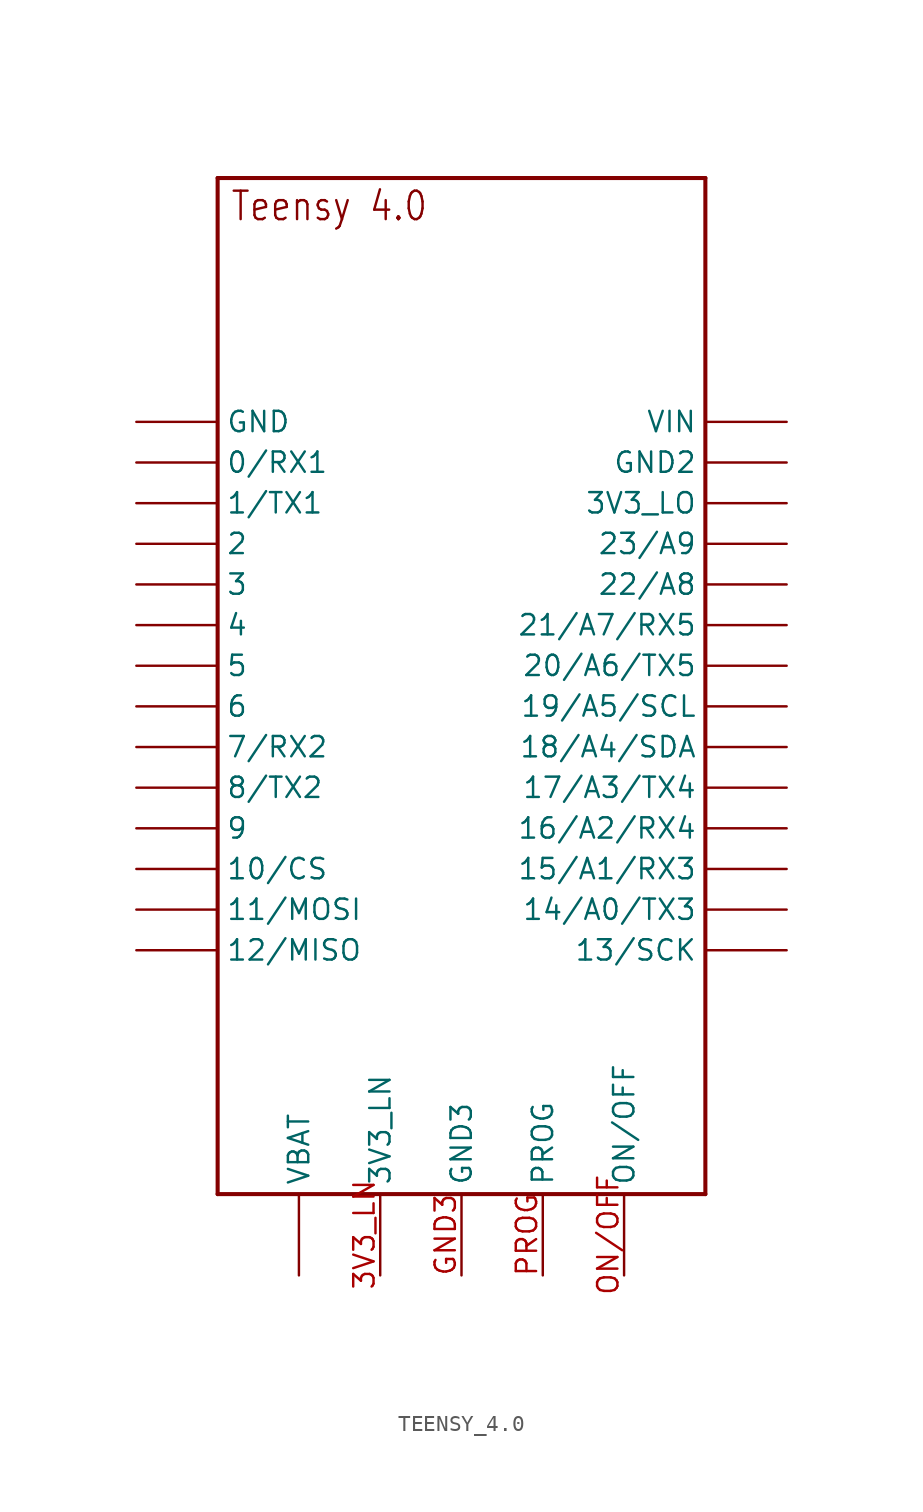
<source format=kicad_sym>
(kicad_symbol_lib
  (version 20220914)
  (generator kicad_symbol_editor)
  (symbol "TEENSY_4.0"
    (property "Reference" ""
      (at 0 0 0)
      (effects (font (size 1.27 1.27)) hide))
    (property "ki_locked" ""
      (at 0 0 0)
      (effects (font (size 1.27 1.27))))
    (symbol "TEENSY_4.0_1_0"
      (polyline (pts (xy -15.24 -35.56) (xy 15.24 -35.56)) (stroke (width 0.254) (type solid)) (fill (type none)))
      (polyline (pts (xy -15.24 27.94) (xy -15.24 -35.56)) (stroke (width 0.254) (type solid)) (fill (type none)))
      (polyline (pts (xy -15.24 27.94) (xy 15.24 27.94)) (stroke (width 0.254) (type solid)) (fill (type none)))
      (polyline (pts (xy 15.24 27.94) (xy 15.24 -35.56)) (stroke (width 0.254) (type solid)) (fill (type none)))
      (text "Teensy 4.0" (at -14.478 25.146 0) (effects (font (size 1.778 1.511)) (justify left bottom)))
      (pin bidirectional line (at -20.32 10.16 0) (length 5.08) (name "0/RX1" (effects (font (size 1.27 1.27)))) (number "0/RX" (effects (font (size 0 0)))))
      (pin bidirectional line (at -20.32 7.62 0) (length 5.08) (name "1/TX1" (effects (font (size 1.27 1.27)))) (number "1/TX" (effects (font (size 0 0)))))
      (pin bidirectional line (at -20.32 -15.24 0) (length 5.08) (name "10/CS" (effects (font (size 1.27 1.27)))) (number "10/CS" (effects (font (size 0 0)))))
      (pin bidirectional line (at -20.32 -17.78 0) (length 5.08) (name "11/MOSI" (effects (font (size 1.27 1.27)))) (number "11/MOSI" (effects (font (size 0 0)))))
      (pin bidirectional line (at -20.32 -20.32 0) (length 5.08) (name "12/MISO" (effects (font (size 1.27 1.27)))) (number "12/MISO" (effects (font (size 0 0)))))
      (pin bidirectional line (at 20.32 -20.32 180) (length 5.08) (name "13/SCK" (effects (font (size 1.27 1.27)))) (number "13/SCK" (effects (font (size 0 0)))))
      (pin bidirectional line (at 20.32 -17.78 180) (length 5.08) (name "14/A0/TX3" (effects (font (size 1.27 1.27)))) (number "14/A0" (effects (font (size 0 0)))))
      (pin bidirectional line (at 20.32 -15.24 180) (length 5.08) (name "15/A1/RX3" (effects (font (size 1.27 1.27)))) (number "15/A1" (effects (font (size 0 0)))))
      (pin bidirectional line (at 20.32 -12.7 180) (length 5.08) (name "16/A2/RX4" (effects (font (size 1.27 1.27)))) (number "16/A2" (effects (font (size 0 0)))))
      (pin bidirectional line (at 20.32 -10.16 180) (length 5.08) (name "17/A3/TX4" (effects (font (size 1.27 1.27)))) (number "17/A3" (effects (font (size 0 0)))))
      (pin bidirectional line (at 20.32 -7.62 180) (length 5.08) (name "18/A4/SDA" (effects (font (size 1.27 1.27)))) (number "18/A4/SDA" (effects (font (size 0 0)))))
      (pin bidirectional line (at 20.32 -5.08 180) (length 5.08) (name "19/A5/SCL" (effects (font (size 1.27 1.27)))) (number "19/A5/SCL" (effects (font (size 0 0)))))
      (pin bidirectional line (at -20.32 5.08 0) (length 5.08) (name "2" (effects (font (size 1.27 1.27)))) (number "2" (effects (font (size 0 0)))))
      (pin bidirectional line (at 20.32 -2.54 180) (length 5.08) (name "20/A6/TX5" (effects (font (size 1.27 1.27)))) (number "20/A6" (effects (font (size 0 0)))))
      (pin bidirectional line (at 20.32 0 180) (length 5.08) (name "21/A7/RX5" (effects (font (size 1.27 1.27)))) (number "21/A7" (effects (font (size 0 0)))))
      (pin bidirectional line (at 20.32 2.54 180) (length 5.08) (name "22/A8" (effects (font (size 1.27 1.27)))) (number "22/A8" (effects (font (size 0 0)))))
      (pin bidirectional line (at 20.32 5.08 180) (length 5.08) (name "23/A9" (effects (font (size 1.27 1.27)))) (number "23/A9" (effects (font (size 0 0)))))
      (pin bidirectional line (at -20.32 2.54 0) (length 5.08) (name "3" (effects (font (size 1.27 1.27)))) (number "3/CANTX" (effects (font (size 0 0)))))
      (pin bidirectional line (at -5.08 -40.64 90) (length 5.08) (name "3V3_LN" (effects (font (size 1.27 1.27)))) (number "3V3_LN" (effects (font (size 1.27 1.27)))))
      (pin bidirectional line (at 20.32 7.62 180) (length 5.08) (name "3V3_LO" (effects (font (size 1.27 1.27)))) (number "3V3_LO" (effects (font (size 0 0)))))
      (pin bidirectional line (at -20.32 0 0) (length 5.08) (name "4" (effects (font (size 1.27 1.27)))) (number "4/CANRX" (effects (font (size 0 0)))))
      (pin bidirectional line (at -20.32 -2.54 0) (length 5.08) (name "5" (effects (font (size 1.27 1.27)))) (number "5" (effects (font (size 0 0)))))
      (pin bidirectional line (at -20.32 -5.08 0) (length 5.08) (name "6" (effects (font (size 1.27 1.27)))) (number "6" (effects (font (size 0 0)))))
      (pin bidirectional line (at -20.32 -7.62 0) (length 5.08) (name "7/RX2" (effects (font (size 1.27 1.27)))) (number "7" (effects (font (size 0 0)))))
      (pin bidirectional line (at -20.32 -10.16 0) (length 5.08) (name "8/TX2" (effects (font (size 1.27 1.27)))) (number "8" (effects (font (size 0 0)))))
      (pin bidirectional line (at -20.32 -12.7 0) (length 5.08) (name "9" (effects (font (size 1.27 1.27)))) (number "9/CS" (effects (font (size 0 0)))))
      (pin bidirectional line (at -20.32 12.7 0) (length 5.08) (name "GND" (effects (font (size 1.27 1.27)))) (number "GND" (effects (font (size 0 0)))))
      (pin bidirectional line (at 20.32 10.16 180) (length 5.08) (name "GND2" (effects (font (size 1.27 1.27)))) (number "GND2" (effects (font (size 0 0)))))
      (pin bidirectional line (at 0 -40.64 90) (length 5.08) (name "GND3" (effects (font (size 1.27 1.27)))) (number "GND3" (effects (font (size 1.27 1.27)))))
      (pin bidirectional line (at 10.16 -40.64 90) (length 5.08) (name "ON/OFF" (effects (font (size 1.27 1.27)))) (number "ON/OFF" (effects (font (size 1.27 1.27)))))
      (pin bidirectional line (at 5.08 -40.64 90) (length 5.08) (name "PROG" (effects (font (size 1.27 1.27)))) (number "PROG" (effects (font (size 1.27 1.27)))))
      (pin bidirectional line (at -10.16 -40.64 90) (length 5.08) (name "VBAT" (effects (font (size 1.27 1.27)))) (number "VBAT\\" (effects (font (size 0 0)))))
      (pin bidirectional line (at 20.32 12.7 180) (length 5.08) (name "VIN" (effects (font (size 1.27 1.27)))) (number "VIN" (effects (font (size 0 0))))))))
</source>
